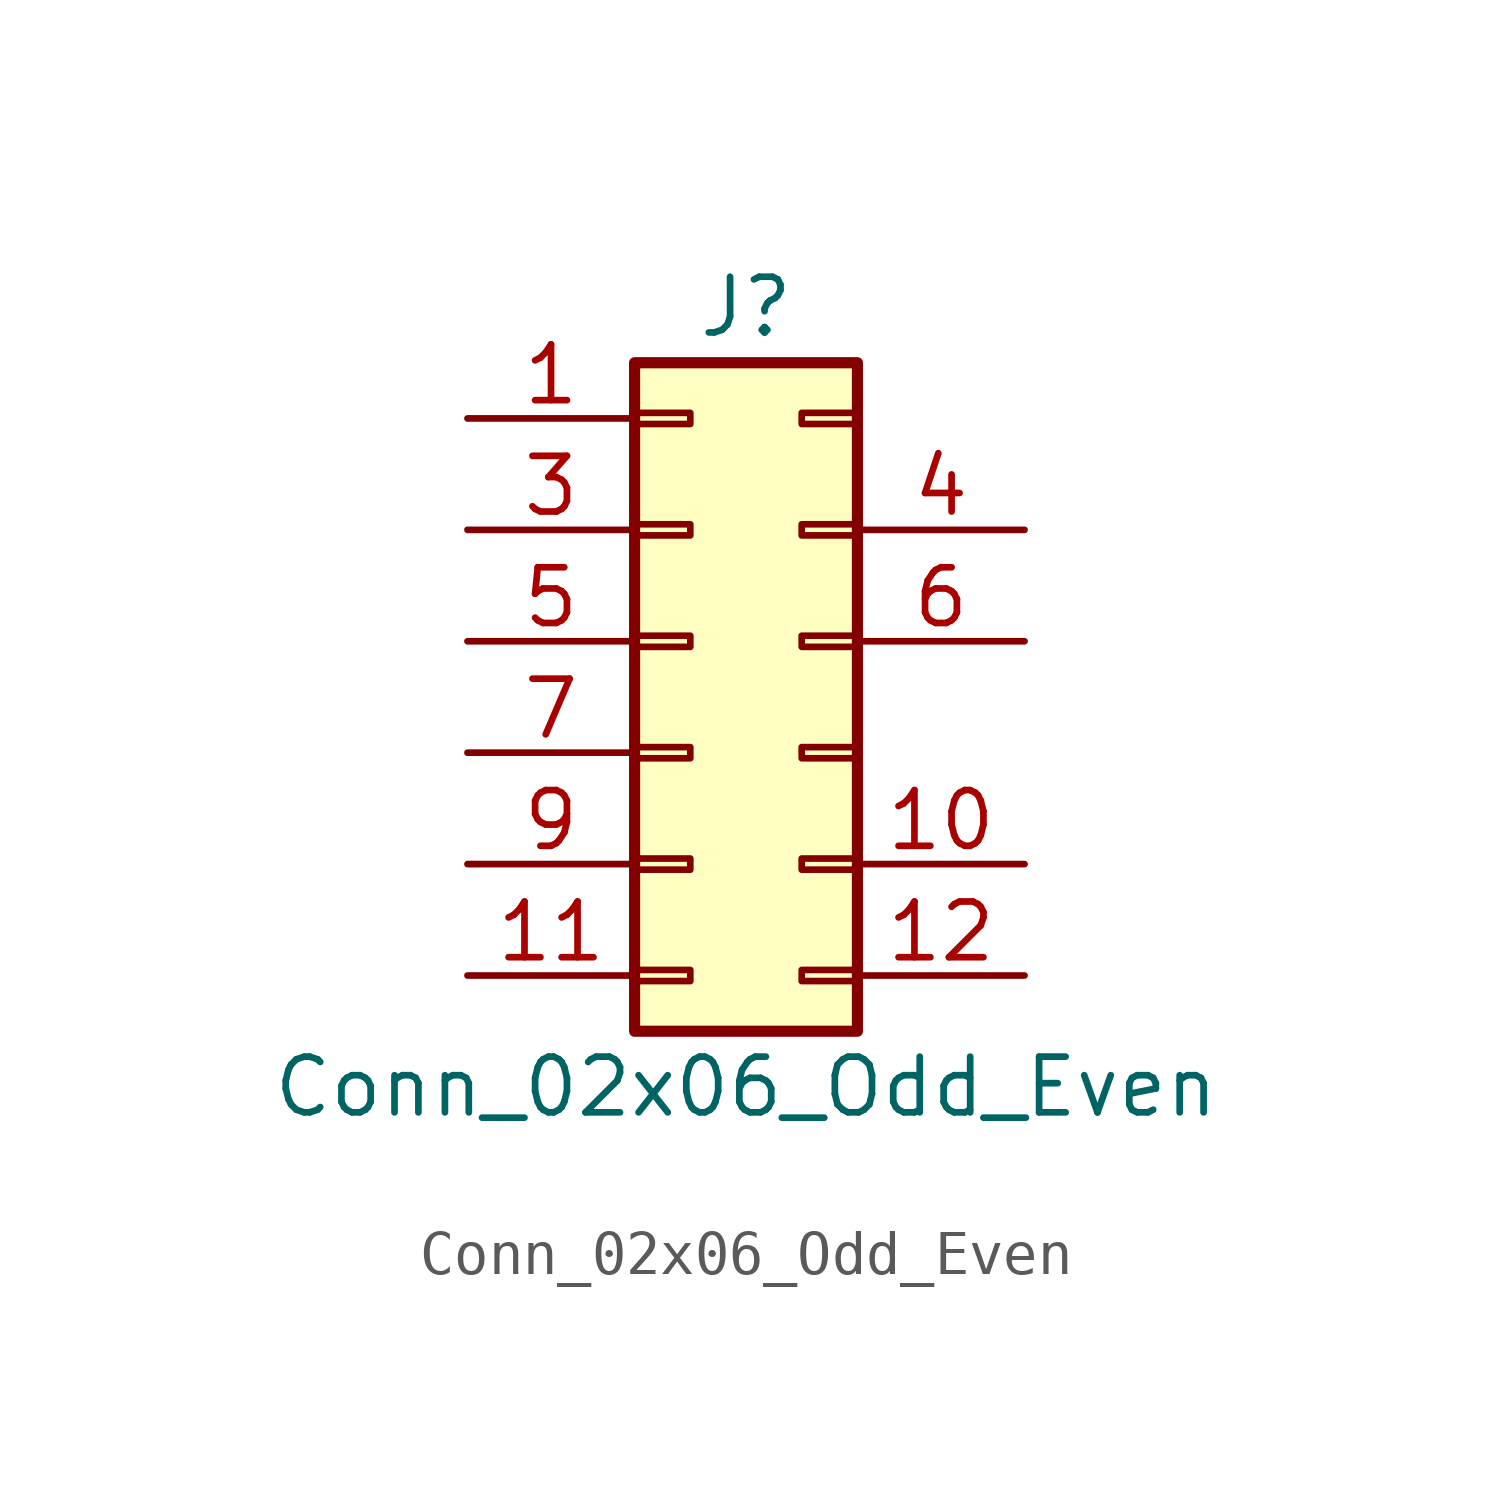
<source format=kicad_sym>
(kicad_symbol_lib
  (version 20231120)
  (generator "kicad_symbol_editor")
  (generator_version "8.0")
  (symbol "Conn_02x06_Odd_Even"
    (pin_names
      (offset 1.016) hide)
    (property "Reference" "J"
      (at 1.27 7.62 0)
      (effects (font (size 1.27 1.27))))
    (property "Value" "Conn_02x06_Odd_Even"
      (at 1.27 -10.16 0)
      (effects (font (size 1.27 1.27))))
    (symbol "Conn_02x06_Odd_Even_1_1"
      (rectangle (start -1.27 -7.493) (end 0 -7.747) (stroke (width 0.152) (type default)) (fill (type none)))
      (rectangle (start -1.27 -4.953) (end 0 -5.207) (stroke (width 0.152) (type default)) (fill (type none)))
      (rectangle (start -1.27 -2.413) (end 0 -2.667) (stroke (width 0.152) (type default)) (fill (type none)))
      (rectangle (start -1.27 0.127) (end 0 -0.127) (stroke (width 0.152) (type default)) (fill (type none)))
      (rectangle (start -1.27 2.667) (end 0 2.413) (stroke (width 0.152) (type default)) (fill (type none)))
      (rectangle (start -1.27 5.207) (end 0 4.953) (stroke (width 0.152) (type default)) (fill (type none)))
      (rectangle (start -1.27 6.35) (end 3.81 -8.89) (stroke (width 0.254) (type default)) (fill (type background)))
      (rectangle (start 3.81 -7.493) (end 2.54 -7.747) (stroke (width 0.152) (type default)) (fill (type none)))
      (rectangle (start 3.81 -4.953) (end 2.54 -5.207) (stroke (width 0.152) (type default)) (fill (type none)))
      (rectangle (start 3.81 -2.413) (end 2.54 -2.667) (stroke (width 0.152) (type default)) (fill (type none)))
      (rectangle (start 3.81 0.127) (end 2.54 -0.127) (stroke (width 0.152) (type default)) (fill (type none)))
      (rectangle (start 3.81 2.667) (end 2.54 2.413) (stroke (width 0.152) (type default)) (fill (type none)))
      (rectangle (start 3.81 5.207) (end 2.54 4.953) (stroke (width 0.152) (type default)) (fill (type none)))
      (pin passive line (at -5.08 5.08 0) (length 3.81) (name "Pin_1" (effects (font (size 1.27 1.27)))) (number "1" (effects (font (size 1.27 1.27)))))
      (pin passive line (at 7.62 -5.08 180) (length 3.81) (name "Pin_10" (effects (font (size 1.27 1.27)))) (number "10" (effects (font (size 1.27 1.27)))))
      (pin passive line (at -5.08 -7.62 0) (length 3.81) (name "Pin_11" (effects (font (size 1.27 1.27)))) (number "11" (effects (font (size 1.27 1.27)))))
      (pin passive line (at 7.62 -7.62 180) (length 3.81) (name "Pin_12" (effects (font (size 1.27 1.27)))) (number "12" (effects (font (size 1.27 1.27)))))
      (pin passive line (at -5.08 2.54 0) (length 3.81) (name "Pin_3" (effects (font (size 1.27 1.27)))) (number "3" (effects (font (size 1.27 1.27)))))
      (pin passive line (at 7.62 2.54 180) (length 3.81) (name "Pin_4" (effects (font (size 1.27 1.27)))) (number "4" (effects (font (size 1.27 1.27)))))
      (pin passive line (at -5.08 0 0) (length 3.81) (name "Pin_5" (effects (font (size 1.27 1.27)))) (number "5" (effects (font (size 1.27 1.27)))))
      (pin passive line (at 7.62 0 180) (length 3.81) (name "Pin_6" (effects (font (size 1.27 1.27)))) (number "6" (effects (font (size 1.27 1.27)))))
      (pin passive line (at -5.08 -2.54 0) (length 3.81) (name "Pin_7" (effects (font (size 1.27 1.27)))) (number "7" (effects (font (size 1.27 1.27)))))
      (pin passive line (at -5.08 -5.08 0) (length 3.81) (name "Pin_9" (effects (font (size 1.27 1.27)))) (number "9" (effects (font (size 1.27 1.27))))))))
</source>
